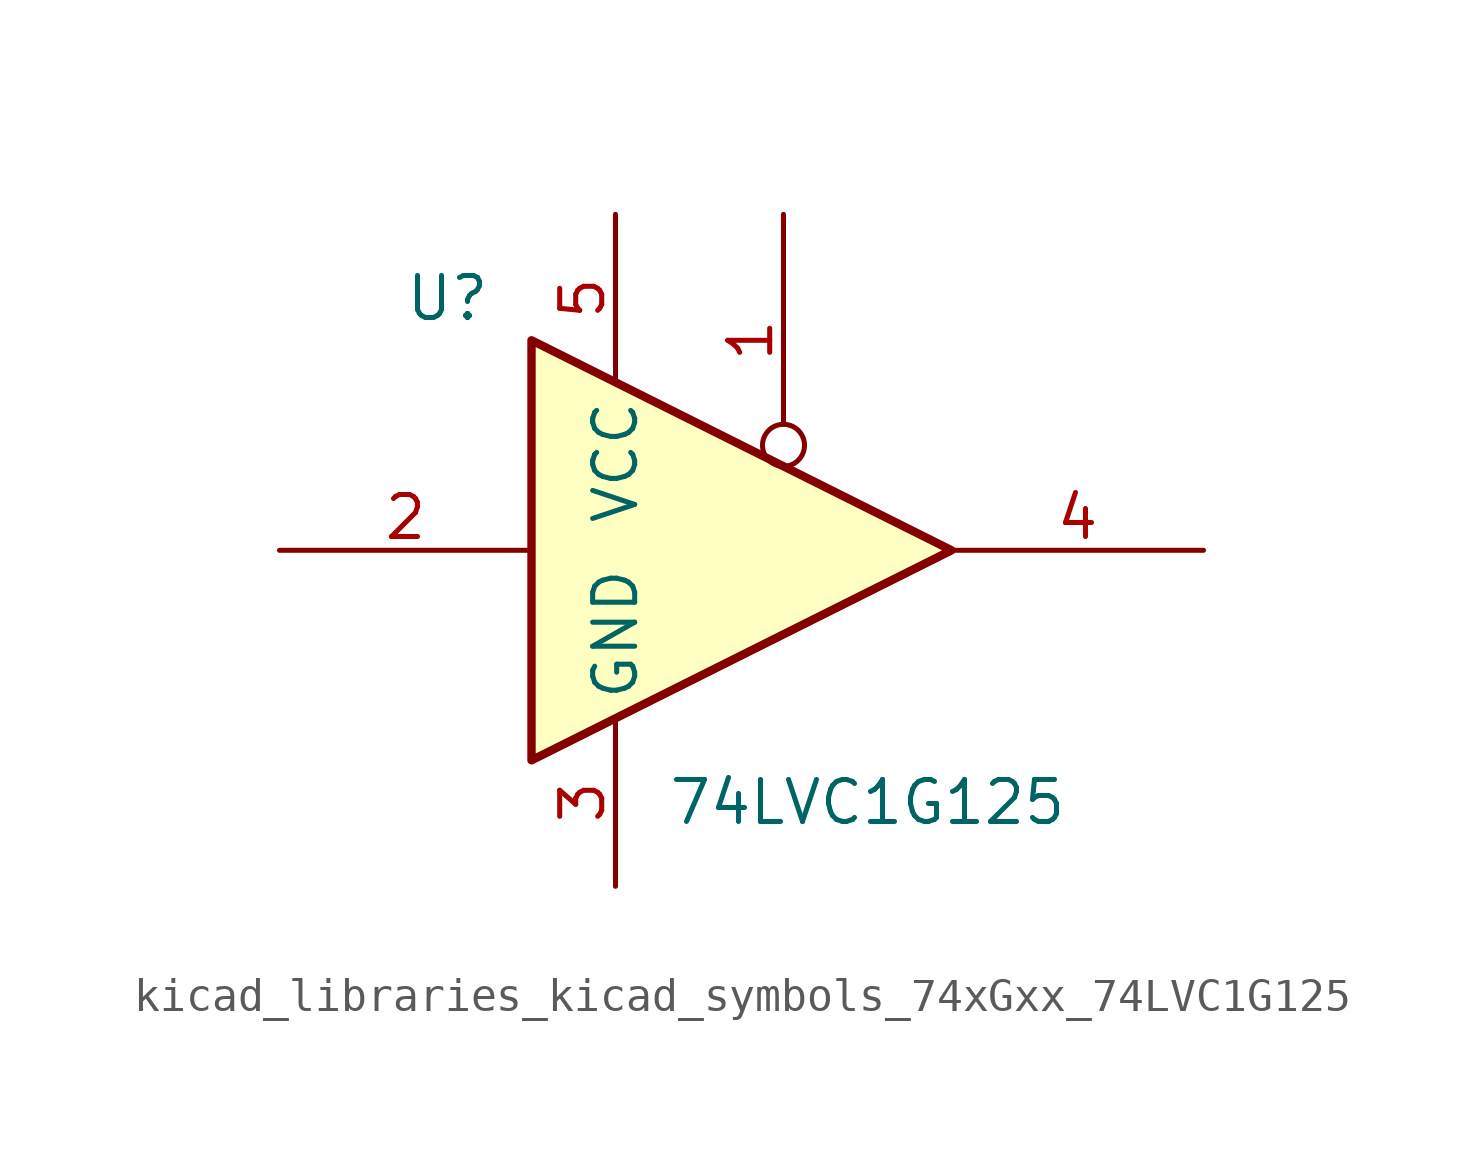
<source format=kicad_sym>
(kicad_symbol_lib
  (version 20220914)
  (generator kicad_symbol_editor)
  (symbol "kicad_libraries_kicad_symbols_74xGxx_74LVC1G125"
    (property "Reference" "U"
      (at -10.16 7.62 0)
      (effects (font (size 1.27 1.27))))
    (property "Value" "74LVC1G125"
      (at 2.54 -7.62 0)
      (effects (font (size 1.27 1.27))))
    (symbol "kicad_libraries_kicad_symbols_74xGxx_74LVC1G125_0_1"
      (polyline (pts (xy -7.62 6.35) (xy -7.62 -6.35) (xy 5.08 0) (xy -7.62 6.35)) (stroke (width 0.254) (type default)) (fill (type background))))
    (symbol "kicad_libraries_kicad_symbols_74xGxx_74LVC1G125_1_1"
      (pin input inverted (at 0 10.16 270) (length 7.62) (name "~" (effects (font (size 1.27 1.27)))) (number "1" (effects (font (size 1.27 1.27)))))
      (pin input line (at -15.24 0 0) (length 7.62) (name "~" (effects (font (size 1.27 1.27)))) (number "2" (effects (font (size 1.27 1.27)))))
      (pin power_in line (at -5.08 -10.16 90) (length 5.08) (name "GND" (effects (font (size 1.27 1.27)))) (number "3" (effects (font (size 1.27 1.27)))))
      (pin tri_state line (at 12.7 0 180) (length 7.62) (name "~" (effects (font (size 1.27 1.27)))) (number "4" (effects (font (size 1.27 1.27)))))
      (pin power_in line (at -5.08 10.16 270) (length 5.08) (name "VCC" (effects (font (size 1.27 1.27)))) (number "5" (effects (font (size 1.27 1.27))))))))
</source>
